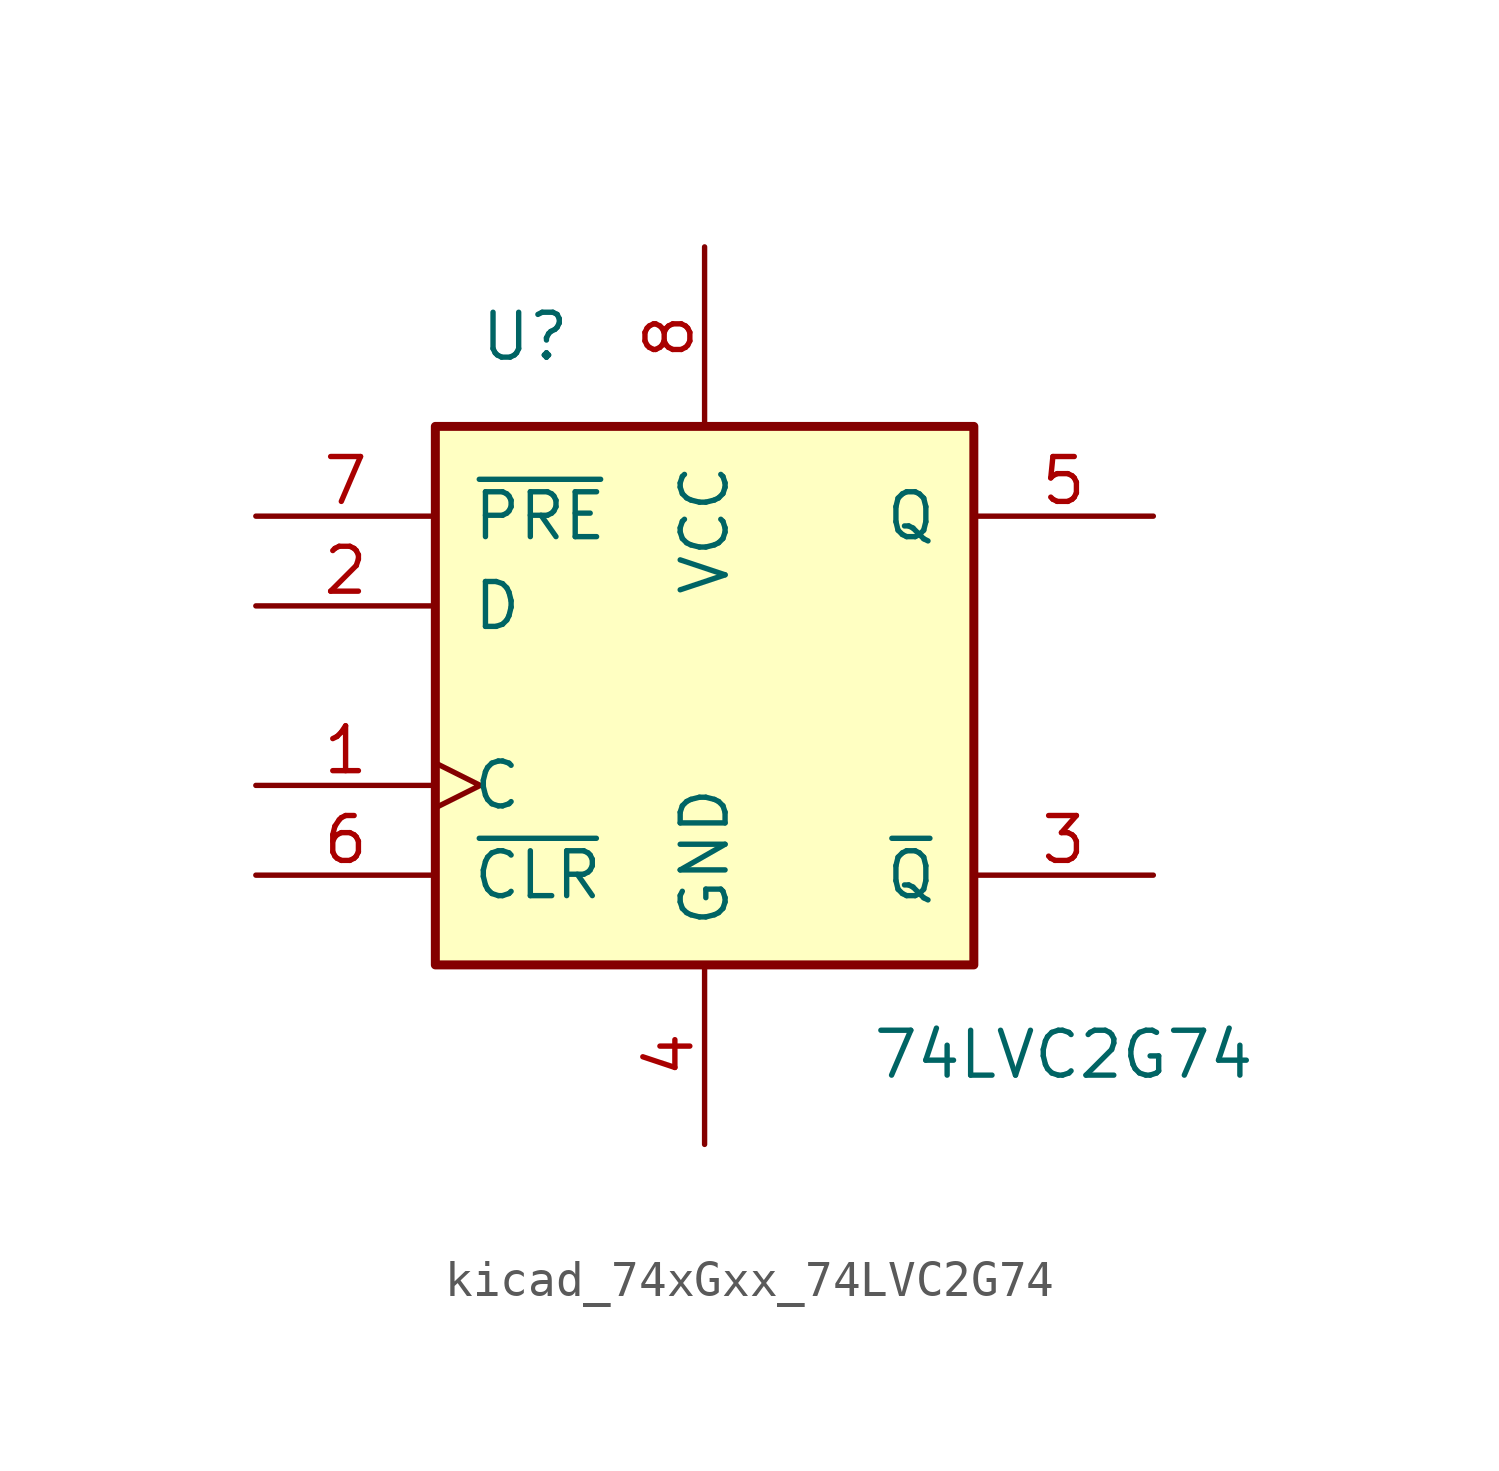
<source format=kicad_sym>
(kicad_symbol_lib
  (version 20220914)
  (generator kicad_symbol_editor)
  (symbol "kicad_74xGxx_74LVC2G74"
    (pin_names
      (offset 1.016))
    (property "Reference" "U"
      (at -5.08 10.16 0)
      (effects (font (size 1.27 1.27))))
    (property "Value" "74LVC2G74"
      (at 10.16 -10.16 0)
      (effects (font (size 1.27 1.27))))
    (symbol "kicad_74xGxx_74LVC2G74_0_1"
      (rectangle (start -7.62 7.62) (end 7.62 -7.62) (stroke (width 0.254) (type default)) (fill (type background))))
    (symbol "kicad_74xGxx_74LVC2G74_1_1"
      (pin input clock (at -12.7 -2.54 0) (length 5.08) (name "C" (effects (font (size 1.27 1.27)))) (number "1" (effects (font (size 1.27 1.27)))))
      (pin input line (at -12.7 2.54 0) (length 5.08) (name "D" (effects (font (size 1.27 1.27)))) (number "2" (effects (font (size 1.27 1.27)))))
      (pin output line (at 12.7 -5.08 180) (length 5.08) (name "~{Q}" (effects (font (size 1.27 1.27)))) (number "3" (effects (font (size 1.27 1.27)))))
      (pin power_in line (at 0 -12.7 90) (length 5.08) (name "GND" (effects (font (size 1.27 1.27)))) (number "4" (effects (font (size 1.27 1.27)))))
      (pin output line (at 12.7 5.08 180) (length 5.08) (name "Q" (effects (font (size 1.27 1.27)))) (number "5" (effects (font (size 1.27 1.27)))))
      (pin input line (at -12.7 -5.08 0) (length 5.08) (name "~{CLR}" (effects (font (size 1.27 1.27)))) (number "6" (effects (font (size 1.27 1.27)))))
      (pin input line (at -12.7 5.08 0) (length 5.08) (name "~{PRE}" (effects (font (size 1.27 1.27)))) (number "7" (effects (font (size 1.27 1.27)))))
      (pin power_in line (at 0 12.7 270) (length 5.08) (name "VCC" (effects (font (size 1.27 1.27)))) (number "8" (effects (font (size 1.27 1.27))))))))
</source>
